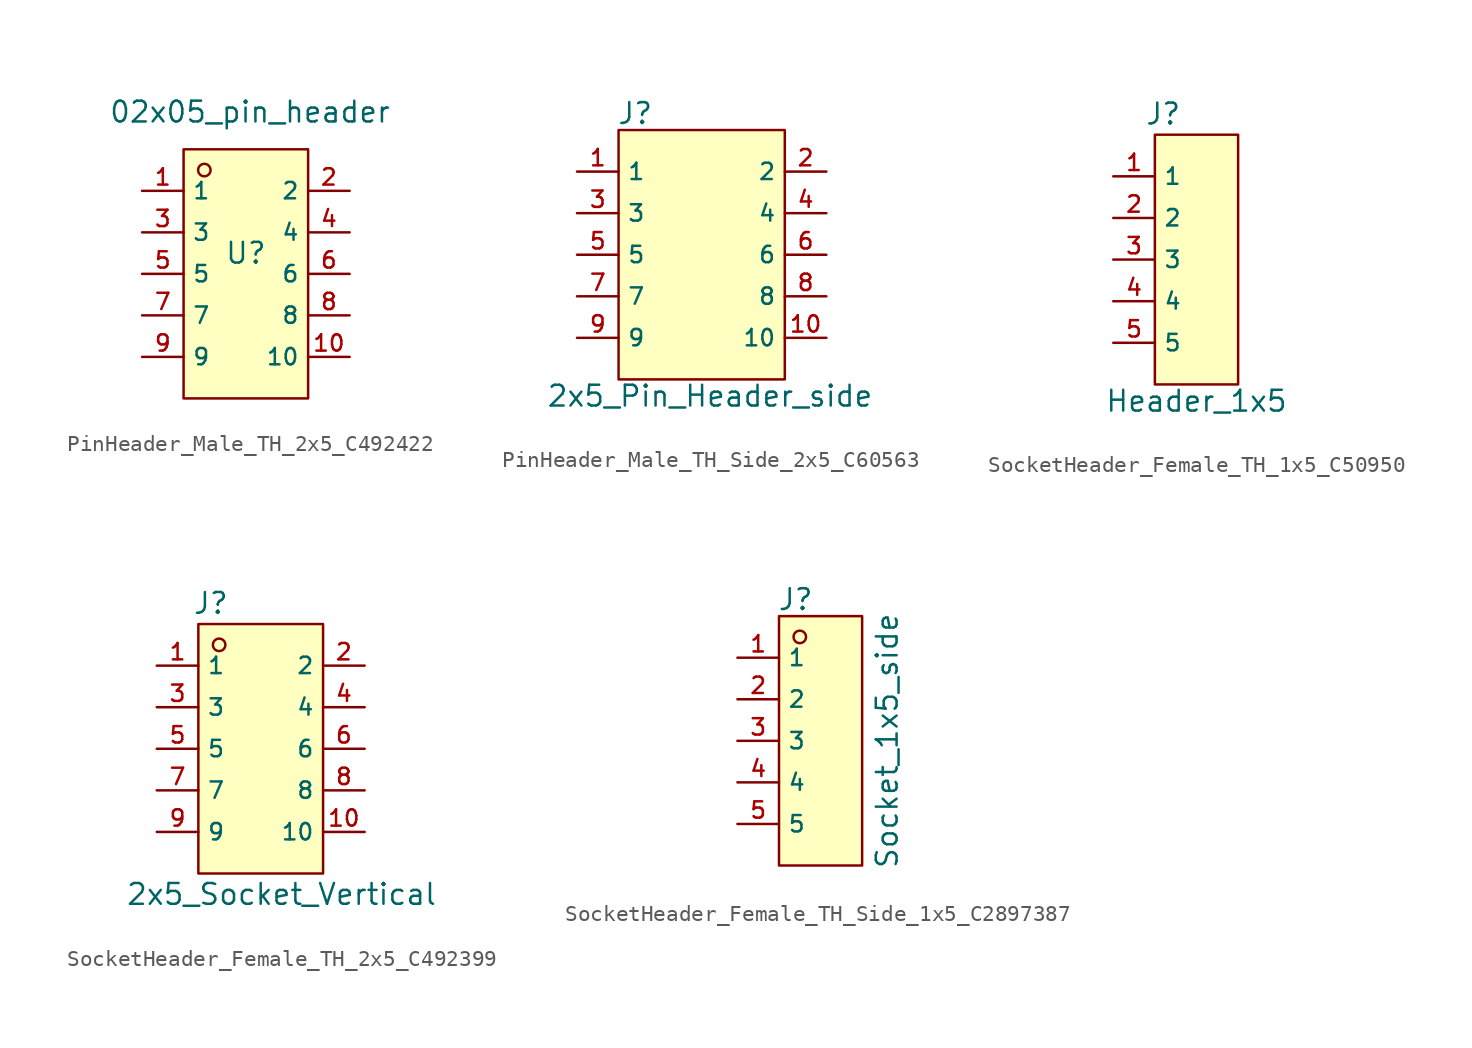
<source format=kicad_sym>
(kicad_symbol_lib
  (version 20231120)
  (generator "kicad_symbol_editor")
  (generator_version "8.0")
  (symbol "PinHeader_Male_TH_2x5_C492422"
    (property "Reference" "U"
      (at 0 1.27 0)
      (effects (font (size 1.27 1.27))))
    (property "Value" "02x05_pin_header"
      (at 0.254 9.906 0)
      (effects (font (size 1.27 1.27))))
    (symbol "PinHeader_Male_TH_2x5_C492422_0_1"
      (rectangle (start -3.81 7.62) (end 3.81 -7.62) (stroke (width 0) (type default)) (fill (type background)))
      (circle (center -2.54 6.35) (radius 0.381) (stroke (width 0) (type default)) (fill (type background)))
      (pin unspecified line (at -6.35 5.08 0) (length 2.54) (name "1" (effects (font (size 1 1)))) (number "1" (effects (font (size 1 1)))))
      (pin unspecified line (at 6.35 -5.08 180) (length 2.54) (name "10" (effects (font (size 1 1)))) (number "10" (effects (font (size 1 1)))))
      (pin unspecified line (at 6.35 5.08 180) (length 2.54) (name "2" (effects (font (size 1 1)))) (number "2" (effects (font (size 1 1)))))
      (pin unspecified line (at -6.35 2.54 0) (length 2.54) (name "3" (effects (font (size 1 1)))) (number "3" (effects (font (size 1 1)))))
      (pin unspecified line (at 6.35 2.54 180) (length 2.54) (name "4" (effects (font (size 1 1)))) (number "4" (effects (font (size 1 1)))))
      (pin unspecified line (at -6.35 0 0) (length 2.54) (name "5" (effects (font (size 1 1)))) (number "5" (effects (font (size 1 1)))))
      (pin unspecified line (at 6.35 0 180) (length 2.54) (name "6" (effects (font (size 1 1)))) (number "6" (effects (font (size 1 1)))))
      (pin unspecified line (at -6.35 -2.54 0) (length 2.54) (name "7" (effects (font (size 1 1)))) (number "7" (effects (font (size 1 1)))))
      (pin unspecified line (at 6.35 -2.54 180) (length 2.54) (name "8" (effects (font (size 1 1)))) (number "8" (effects (font (size 1 1)))))
      (pin unspecified line (at -6.35 -5.08 0) (length 2.54) (name "9" (effects (font (size 1 1)))) (number "9" (effects (font (size 1 1)))))))
  (symbol "PinHeader_Male_TH_Side_2x5_C60563"
    (property "Reference" "J"
      (at -4.064 8.636 0)
      (effects (font (size 1.27 1.27))))
    (property "Value" "2x5_Pin_Header_side"
      (at 0.508 -8.636 0)
      (effects (font (size 1.27 1.27))))
    (symbol "PinHeader_Male_TH_Side_2x5_C60563_0_1"
      (rectangle (start -5.08 7.62) (end 5.08 -7.62) (stroke (width 0) (type default)) (fill (type background)))
      (pin input line (at -7.62 5.08 0) (length 2.54) (name "1" (effects (font (size 1 1)))) (number "1" (effects (font (size 1 1)))))
      (pin input line (at 7.62 -5.08 180) (length 2.54) (name "10" (effects (font (size 1 1)))) (number "10" (effects (font (size 1 1)))))
      (pin input line (at 7.62 5.08 180) (length 2.54) (name "2" (effects (font (size 1 1)))) (number "2" (effects (font (size 1 1)))))
      (pin input line (at -7.62 2.54 0) (length 2.54) (name "3" (effects (font (size 1 1)))) (number "3" (effects (font (size 1 1)))))
      (pin input line (at 7.62 2.54 180) (length 2.54) (name "4" (effects (font (size 1 1)))) (number "4" (effects (font (size 1 1)))))
      (pin input line (at -7.62 0 0) (length 2.54) (name "5" (effects (font (size 1 1)))) (number "5" (effects (font (size 1 1)))))
      (pin input line (at 7.62 0 180) (length 2.54) (name "6" (effects (font (size 1 1)))) (number "6" (effects (font (size 1 1)))))
      (pin input line (at -7.62 -2.54 0) (length 2.54) (name "7" (effects (font (size 1 1)))) (number "7" (effects (font (size 1 1)))))
      (pin input line (at 7.62 -2.54 180) (length 2.54) (name "8" (effects (font (size 1 1)))) (number "8" (effects (font (size 1 1)))))
      (pin input line (at -7.62 -5.08 0) (length 2.54) (name "9" (effects (font (size 1 1)))) (number "9" (effects (font (size 1 1)))))))
  (symbol "SocketHeader_Female_TH_1x5_C50950"
    (property "Reference" "J"
      (at -0.762 8.89 0)
      (effects (font (size 1.27 1.27))))
    (property "Value" "Header_1x5"
      (at 1.27 -8.636 0)
      (effects (font (size 1.27 1.27))))
    (symbol "SocketHeader_Female_TH_1x5_C50950_0_1"
      (rectangle (start -1.27 7.62) (end 3.81 -7.62) (stroke (width 0) (type default)) (fill (type background)))
      (pin input line (at -3.81 5.08 0) (length 2.54) (name "1" (effects (font (size 1 1)))) (number "1" (effects (font (size 1 1)))))
      (pin input line (at -3.81 2.54 0) (length 2.54) (name "2" (effects (font (size 1 1)))) (number "2" (effects (font (size 1 1)))))
      (pin input line (at -3.81 0 0) (length 2.54) (name "3" (effects (font (size 1 1)))) (number "3" (effects (font (size 1 1)))))
      (pin input line (at -3.81 -2.54 0) (length 2.54) (name "4" (effects (font (size 1 1)))) (number "4" (effects (font (size 1 1)))))
      (pin input line (at -3.81 -5.08 0) (length 2.54) (name "5" (effects (font (size 1 1)))) (number "5" (effects (font (size 1 1)))))))
  (symbol "SocketHeader_Female_TH_2x5_C492399"
    (property "Reference" "J"
      (at -3.048 8.89 0)
      (effects (font (size 1.27 1.27))))
    (property "Value" "2x5_Socket_Vertical"
      (at 1.27 -8.89 0)
      (effects (font (size 1.27 1.27))))
    (symbol "SocketHeader_Female_TH_2x5_C492399_0_1"
      (rectangle (start -3.81 7.62) (end 3.81 -7.62) (stroke (width 0) (type default)) (fill (type background)))
      (circle (center -2.54 6.35) (radius 0.381) (stroke (width 0) (type default)) (fill (type background)))
      (pin unspecified line (at -6.35 5.08 0) (length 2.54) (name "1" (effects (font (size 1 1)))) (number "1" (effects (font (size 1 1)))))
      (pin unspecified line (at 6.35 -5.08 180) (length 2.54) (name "10" (effects (font (size 1 1)))) (number "10" (effects (font (size 1 1)))))
      (pin unspecified line (at 6.35 5.08 180) (length 2.54) (name "2" (effects (font (size 1 1)))) (number "2" (effects (font (size 1 1)))))
      (pin unspecified line (at -6.35 2.54 0) (length 2.54) (name "3" (effects (font (size 1 1)))) (number "3" (effects (font (size 1 1)))))
      (pin unspecified line (at 6.35 2.54 180) (length 2.54) (name "4" (effects (font (size 1 1)))) (number "4" (effects (font (size 1 1)))))
      (pin unspecified line (at -6.35 0 0) (length 2.54) (name "5" (effects (font (size 1 1)))) (number "5" (effects (font (size 1 1)))))
      (pin unspecified line (at 6.35 0 180) (length 2.54) (name "6" (effects (font (size 1 1)))) (number "6" (effects (font (size 1 1)))))
      (pin unspecified line (at -6.35 -2.54 0) (length 2.54) (name "7" (effects (font (size 1 1)))) (number "7" (effects (font (size 1 1)))))
      (pin unspecified line (at 6.35 -2.54 180) (length 2.54) (name "8" (effects (font (size 1 1)))) (number "8" (effects (font (size 1 1)))))
      (pin unspecified line (at -6.35 -5.08 0) (length 2.54) (name "9" (effects (font (size 1 1)))) (number "9" (effects (font (size 1 1)))))))
  (symbol "SocketHeader_Female_TH_Side_1x5_C2897387"
    (property "Reference" "J"
      (at -1.524 8.636 0)
      (effects (font (size 1.27 1.27))))
    (property "Value" "Socket_1x5_side"
      (at 4.064 0 90)
      (effects (font (size 1.27 1.27))))
    (symbol "SocketHeader_Female_TH_Side_1x5_C2897387_0_1"
      (rectangle (start -2.54 7.62) (end 2.54 -7.62) (stroke (width 0) (type default)) (fill (type background)))
      (circle (center -1.27 6.35) (radius 0.381) (stroke (width 0) (type default)) (fill (type background)))
      (pin unspecified line (at -5.08 5.08 0) (length 2.54) (name "1" (effects (font (size 1 1)))) (number "1" (effects (font (size 1 1)))))
      (pin unspecified line (at -5.08 2.54 0) (length 2.54) (name "2" (effects (font (size 1 1)))) (number "2" (effects (font (size 1 1)))))
      (pin unspecified line (at -5.08 0 0) (length 2.54) (name "3" (effects (font (size 1 1)))) (number "3" (effects (font (size 1 1)))))
      (pin unspecified line (at -5.08 -2.54 0) (length 2.54) (name "4" (effects (font (size 1 1)))) (number "4" (effects (font (size 1 1)))))
      (pin unspecified line (at -5.08 -5.08 0) (length 2.54) (name "5" (effects (font (size 1 1)))) (number "5" (effects (font (size 1 1))))))))
</source>
